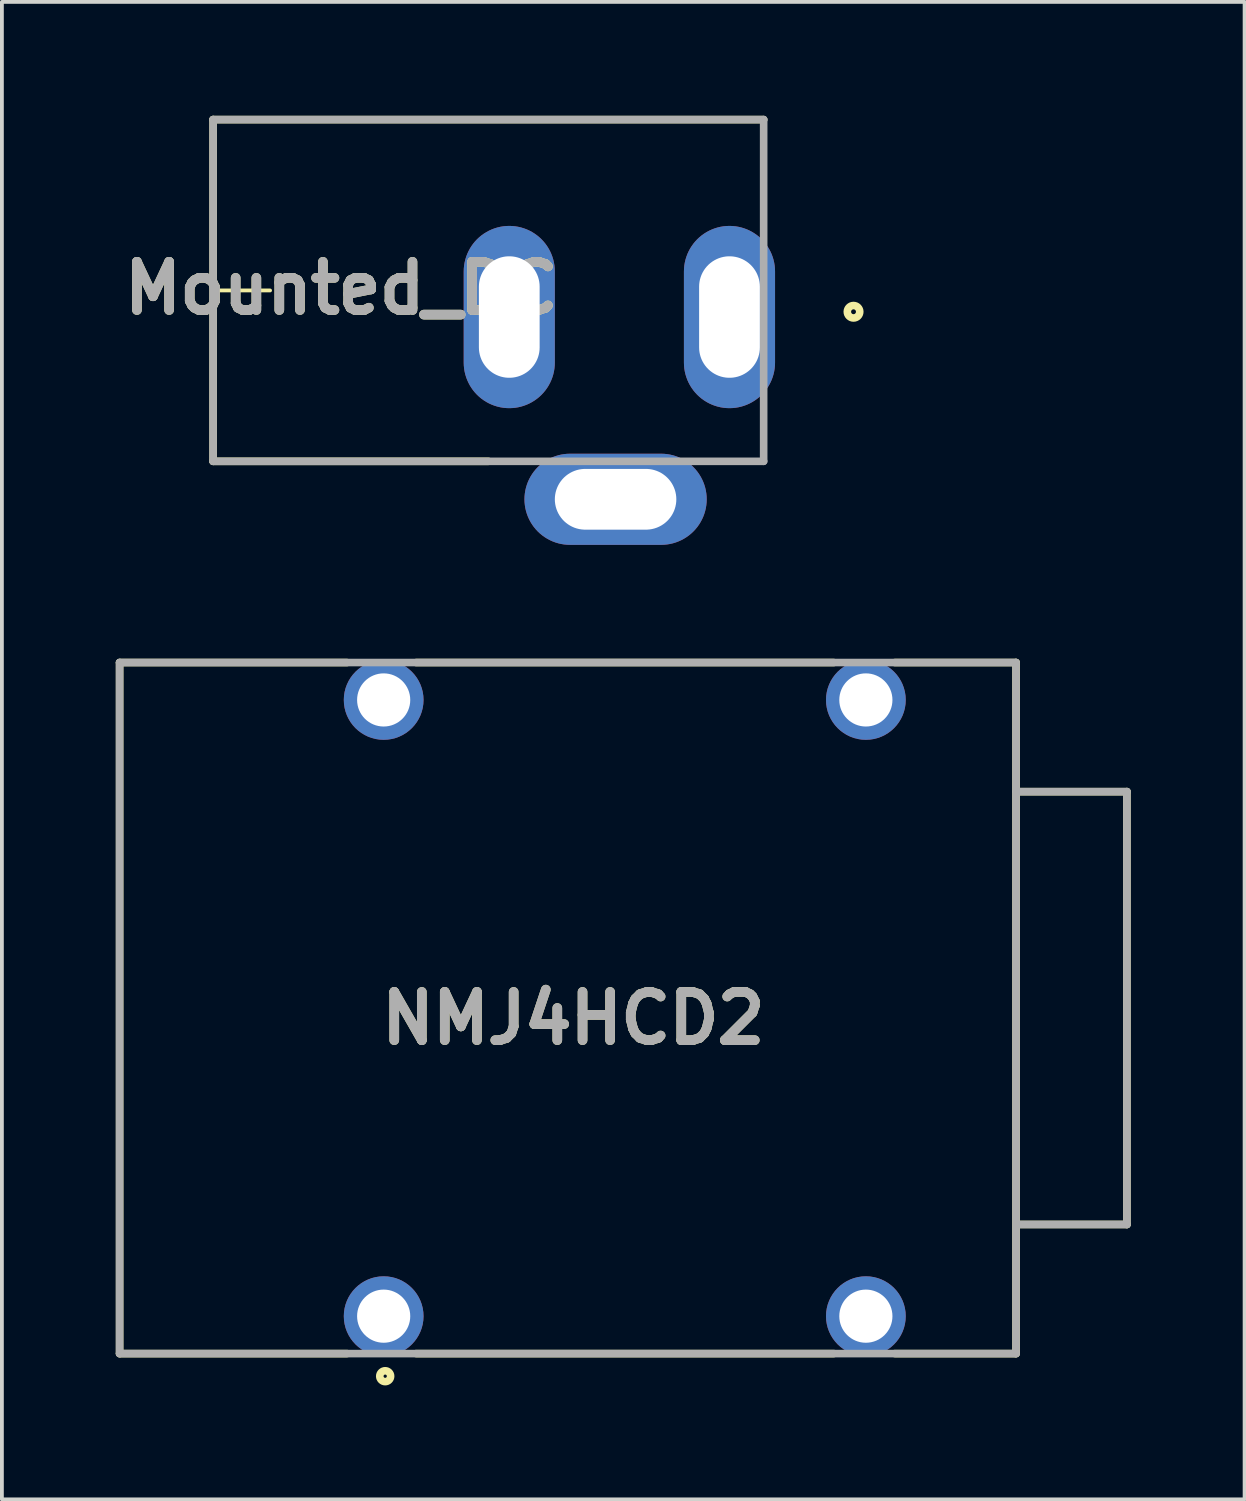
<source format=kicad_pcb>
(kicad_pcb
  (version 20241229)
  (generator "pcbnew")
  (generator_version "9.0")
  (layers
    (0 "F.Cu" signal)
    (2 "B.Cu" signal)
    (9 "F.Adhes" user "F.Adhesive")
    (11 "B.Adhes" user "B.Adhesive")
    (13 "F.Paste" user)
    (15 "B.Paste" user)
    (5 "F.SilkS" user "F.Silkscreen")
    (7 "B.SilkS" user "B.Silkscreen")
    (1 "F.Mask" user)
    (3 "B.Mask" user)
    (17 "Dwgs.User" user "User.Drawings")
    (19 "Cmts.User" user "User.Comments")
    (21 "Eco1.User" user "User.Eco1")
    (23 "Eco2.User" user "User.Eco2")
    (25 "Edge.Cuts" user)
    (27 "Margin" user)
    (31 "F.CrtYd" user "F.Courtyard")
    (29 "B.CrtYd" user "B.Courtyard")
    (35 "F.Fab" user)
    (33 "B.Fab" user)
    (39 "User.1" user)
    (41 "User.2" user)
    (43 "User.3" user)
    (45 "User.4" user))
  (footprint "NMJ4HCD2"
    (layer "F.Cu")
    (at 23.71 23.5)
    (property "Reference" "NMJ4HCD2" (at -11.659 0.271 0) (layer "F.SilkS") (effects (font (size 1.27 1.27) (thickness 0.254))))
    (attr through_hole)
    (fp_line (start -23.61 -9.1) (end -17.621 -9.1) (stroke (width 0.2) (type solid)) (layer "F.SilkS"))
    (fp_line (start -23.61 9.1) (end -23.61 -9.1) (stroke (width 0.2) (type solid)) (layer "F.SilkS"))
    (fp_line (start -23.61 9.1) (end -17.621 9.1) (stroke (width 0.2) (type solid)) (layer "F.SilkS"))
    (fp_line (start -15.8 -9.1) (end -4.8 -9.1) (stroke (width 0.2) (type solid)) (layer "F.SilkS"))
    (fp_line (start -15.8 9.1) (end -4.8 9.1) (stroke (width 0.2) (type solid)) (layer "F.SilkS"))
    (fp_line (start 0 -9.1) (end -3.192 -9.1) (stroke (width 0.2) (type solid)) (layer "F.SilkS"))
    (fp_line (start 0 -9.1) (end 0 9.1) (stroke (width 0.2) (type solid)) (layer "F.SilkS"))
    (fp_line (start 0 9.1) (end -3.192 9.1) (stroke (width 0.2) (type solid)) (layer "F.SilkS"))
    (fp_line (start 0.076 5.7) (end 2.92 5.7) (stroke (width 0.2) (type solid)) (layer "F.SilkS"))
    (fp_line (start 2.92 -5.7) (end 0.006 -5.7) (stroke (width 0.2) (type solid)) (layer "F.SilkS"))
    (fp_line (start 2.92 5.7) (end 2.92 -5.7) (stroke (width 0.2) (type solid)) (layer "F.SilkS"))
    (fp_circle (center -16.615 9.696) (end -16.615 9.839) (stroke (width 0.2) (type solid)) (fill no) (layer "F.SilkS"))
    (fp_line (start -23.61 -9.1) (end 0 -9.1) (stroke (width 0.2) (type solid)) (layer "F.Fab"))
    (fp_line (start -23.61 9.1) (end -23.61 -9.1) (stroke (width 0.2) (type solid)) (layer "F.Fab"))
    (fp_line (start 0 -9.1) (end 0 9.1) (stroke (width 0.2) (type solid)) (layer "F.Fab"))
    (fp_line (start 0 9.1) (end -23.61 9.1) (stroke (width 0.2) (type solid)) (layer "F.Fab"))
    (fp_line (start 0.006 -5.7) (end 2.92 -5.7) (stroke (width 0.2) (type solid)) (layer "F.Fab"))
    (fp_line (start 2.92 -5.7) (end 2.92 5.7) (stroke (width 0.2) (type solid)) (layer "F.Fab"))
    (fp_line (start 2.92 5.7) (end 0.076 5.7) (stroke (width 0.2) (type solid)) (layer "F.Fab"))
    (fp_text user "${REFERENCE}" (at -11.659 0.271 0) (layer "F.Fab") (effects (font (size 1.27 1.27) (thickness 0.254))))
    (pad "1" thru_hole circle (at -16.655 8.115) (size 2.1 2.1) (drill 1.4) (layers "*.Cu" "*.Mask"))
    (pad "2" thru_hole circle (at -3.955 8.115) (size 2.1 2.1) (drill 1.4) (layers "*.Cu" "*.Mask"))
    (pad "3" thru_hole circle (at -3.955 -8.115) (size 2.1 2.1) (drill 1.4) (layers "*.Cu" "*.Mask"))
    (pad "4" thru_hole circle (at -16.655 -8.115) (size 2.1 2.1) (drill 1.4) (layers "*.Cu" "*.Mask")))
  (footprint "Mounted_DC"
    (layer "F.Cu")
    (at 2.563 9.1)
    (property "Reference" "Mounted_DC" (at 3.376 -4.559 0) (layer "F.SilkS") (effects (font (size 1.27 1.27) (thickness 0.254))))
    (attr through_hole)
    (fp_line (start 0 -9) (end 14.5 -9) (stroke (width 0.2) (type solid)) (layer "F.SilkS"))
    (fp_line (start 0 -4.5) (end 1.5 -4.5) (stroke (width 0.1) (type default)) (layer "F.SilkS"))
    (fp_line (start 0 0) (end 0 -9) (stroke (width 0.2) (type solid)) (layer "F.SilkS"))
    (fp_line (start 7.25 0) (end 0 0) (stroke (width 0.2) (type solid)) (layer "F.SilkS"))
    (fp_circle (center 16.867 -3.939) (end 16.867 -3.875) (stroke (width 0.2) (type solid)) (fill no) (layer "F.SilkS"))
    (fp_line (start 0 -9) (end 14.5 -9) (stroke (width 0.2) (type solid)) (layer "F.Fab"))
    (fp_line (start 0 0) (end 0 -9) (stroke (width 0.2) (type solid)) (layer "F.Fab"))
    (fp_line (start 14.5 -9) (end 14.5 0) (stroke (width 0.2) (type solid)) (layer "F.Fab"))
    (fp_line (start 14.5 0) (end 0 0) (stroke (width 0.2) (type solid)) (layer "F.Fab"))
    (fp_text user "${REFERENCE}" (at 3.376 -4.559 0) (layer "F.Fab") (effects (font (size 1.27 1.27) (thickness 0.254))))
    (pad "1" thru_hole oval (at 13.6 -3.8) (size 2.4 4.8) (drill oval 1.6 3.2) (layers "*.Cu" "*.Mask"))
    (pad "2" thru_hole oval (at 7.8 -3.8) (size 2.4 4.8) (drill oval 1.6 3.2) (layers "*.Cu" "*.Mask"))
    (pad "3" thru_hole oval (at 10.6 1) (size 4.8 2.4) (drill oval 3.2 1.6) (layers "*.Cu" "*.Mask")))
  (gr_rect
    (start -3 -3)
    (end 29.73 36.439)
    (stroke (width 0.1) (type default))
    (fill no)
    (layer "Edge.Cuts")))
</source>
